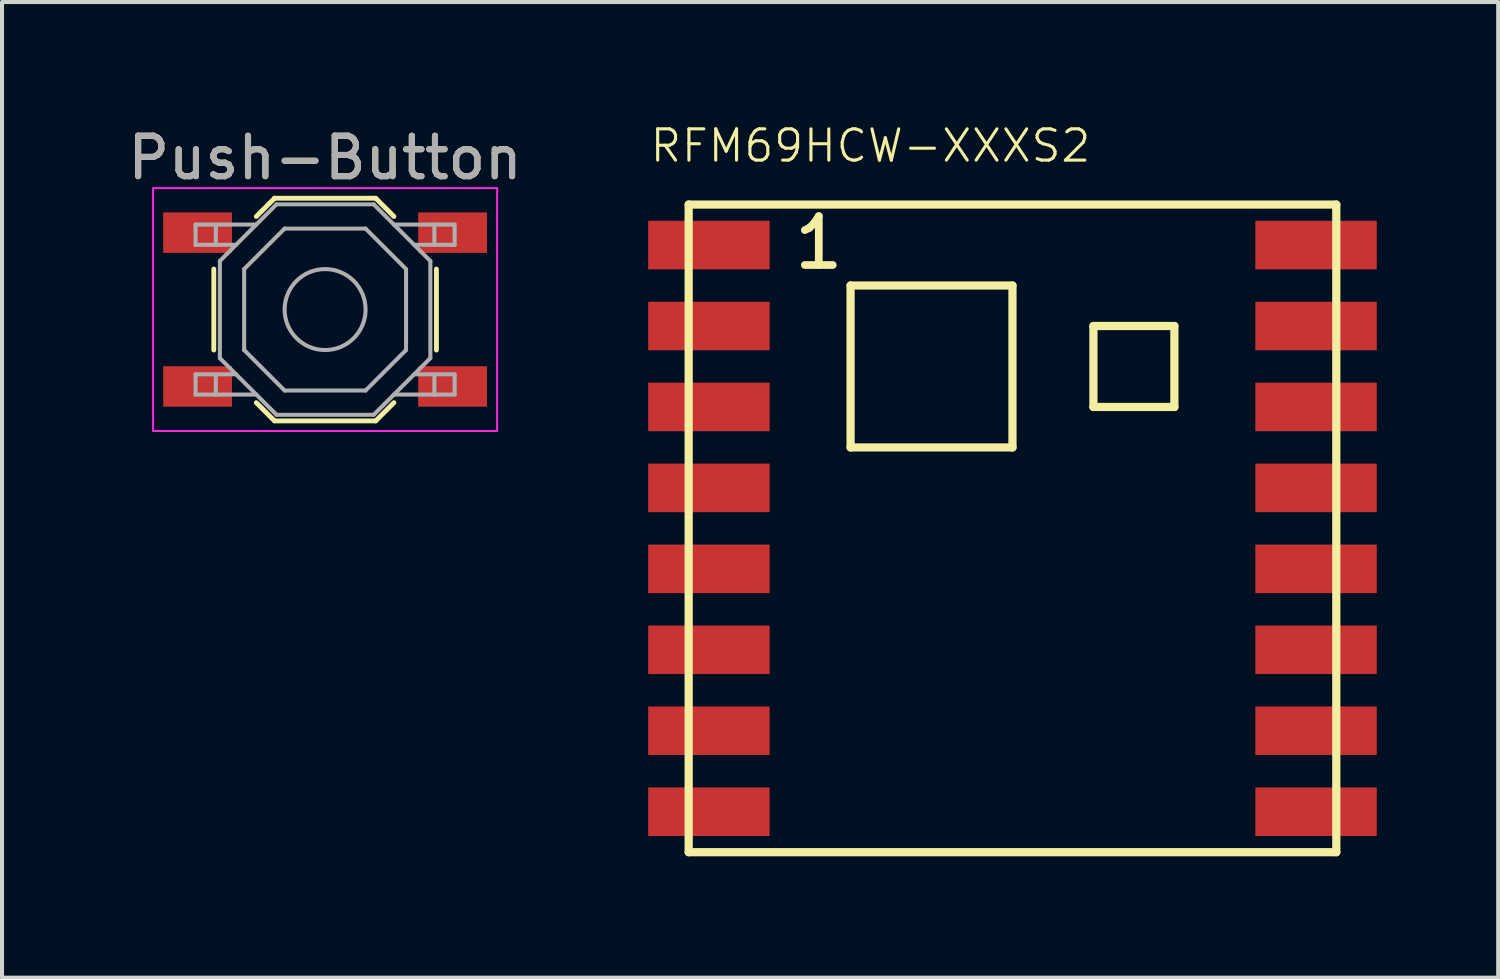
<source format=kicad_pcb>
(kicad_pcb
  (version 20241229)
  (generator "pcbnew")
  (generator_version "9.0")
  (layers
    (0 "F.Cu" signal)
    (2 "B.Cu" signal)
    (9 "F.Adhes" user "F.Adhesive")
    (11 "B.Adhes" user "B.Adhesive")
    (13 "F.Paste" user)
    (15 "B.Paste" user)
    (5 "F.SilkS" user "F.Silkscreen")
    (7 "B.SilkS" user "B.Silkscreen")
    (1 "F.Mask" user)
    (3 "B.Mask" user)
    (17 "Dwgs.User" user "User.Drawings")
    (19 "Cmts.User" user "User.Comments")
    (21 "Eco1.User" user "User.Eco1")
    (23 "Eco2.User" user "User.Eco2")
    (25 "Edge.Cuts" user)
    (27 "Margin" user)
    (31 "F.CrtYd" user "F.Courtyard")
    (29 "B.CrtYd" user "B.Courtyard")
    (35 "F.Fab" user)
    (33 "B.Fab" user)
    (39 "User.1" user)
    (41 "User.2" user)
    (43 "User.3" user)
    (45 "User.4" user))
  (footprint "RFM69HCW-XXXS2"
    (layer "F.Cu")
    (at 21.964 10.004)
    (property "Reference" "RFM69HCW-XXXS2" (at -9 -9 0) (layer "F.SilkS") (effects (font (size 0.772 0.772) (thickness 0.077)) (justify left bottom)))
    (attr through_hole)
    (fp_line (start -8 -8) (end 8 -8) (stroke (width 0.203) (type solid)) (layer "F.SilkS"))
    (fp_line (start -8 8) (end -8 -8) (stroke (width 0.203) (type solid)) (layer "F.SilkS"))
    (fp_line (start -4 -6) (end -4 -2) (stroke (width 0.203) (type solid)) (layer "F.SilkS"))
    (fp_line (start -4 -2) (end 0 -2) (stroke (width 0.203) (type solid)) (layer "F.SilkS"))
    (fp_line (start 0 -6) (end -4 -6) (stroke (width 0.203) (type solid)) (layer "F.SilkS"))
    (fp_line (start 0 -2) (end 0 -6) (stroke (width 0.203) (type solid)) (layer "F.SilkS"))
    (fp_line (start 2 -3) (end 2 -5) (stroke (width 0.203) (type solid)) (layer "F.SilkS"))
    (fp_line (start 4 -5) (end 2 -5) (stroke (width 0.203) (type solid)) (layer "F.SilkS"))
    (fp_line (start 4 -3) (end 2 -3) (stroke (width 0.203) (type solid)) (layer "F.SilkS"))
    (fp_line (start 4 -3) (end 4 -5) (stroke (width 0.203) (type solid)) (layer "F.SilkS"))
    (fp_line (start 8 -8) (end 8 8) (stroke (width 0.203) (type solid)) (layer "F.SilkS"))
    (fp_line (start 8 8) (end -8 8) (stroke (width 0.203) (type solid)) (layer "F.SilkS"))
    (fp_text user "1" (at -5.485 -6.35 0) (layer "F.SilkS") (effects (font (size 1.206 1.206) (thickness 0.191)) (justify left bottom)))
    (pad "1" smd rect (at -7.5 -7) (size 3 1.2) (layers "F.Cu" "F.Mask" "F.Paste"))
    (pad "2" smd rect (at -7.5 -5) (size 3 1.2) (layers "F.Cu" "F.Mask" "F.Paste"))
    (pad "3" smd rect (at -7.5 -3) (size 3 1.2) (layers "F.Cu" "F.Mask" "F.Paste"))
    (pad "4" smd rect (at -7.5 -1) (size 3 1.2) (layers "F.Cu" "F.Mask" "F.Paste"))
    (pad "5" smd rect (at -7.5 1) (size 3 1.2) (layers "F.Cu" "F.Mask" "F.Paste"))
    (pad "6" smd rect (at -7.5 3) (size 3 1.2) (layers "F.Cu" "F.Mask" "F.Paste"))
    (pad "7" smd rect (at -7.5 5) (size 3 1.2) (layers "F.Cu" "F.Mask" "F.Paste"))
    (pad "8" smd rect (at -7.5 7) (size 3 1.2) (layers "F.Cu" "F.Mask" "F.Paste"))
    (pad "9" smd rect (at 7.5 7) (size 3 1.2) (layers "F.Cu" "F.Mask" "F.Paste"))
    (pad "10" smd rect (at 7.5 5) (size 3 1.2) (layers "F.Cu" "F.Mask" "F.Paste"))
    (pad "11" smd rect (at 7.5 3) (size 3 1.2) (layers "F.Cu" "F.Mask" "F.Paste"))
    (pad "12" smd rect (at 7.5 1) (size 3 1.2) (layers "F.Cu" "F.Mask" "F.Paste"))
    (pad "13" smd rect (at 7.5 -1) (size 3 1.2) (layers "F.Cu" "F.Mask" "F.Paste"))
    (pad "14" smd rect (at 7.5 -3) (size 3 1.2) (layers "F.Cu" "F.Mask" "F.Paste"))
    (pad "15" smd rect (at 7.5 -5) (size 3 1.2) (layers "F.Cu" "F.Mask" "F.Paste"))
    (pad "16" smd rect (at 7.5 -7) (size 3 1.2) (layers "F.Cu" "F.Mask" "F.Paste")))
  (footprint "Push-Button"
    (layer "F.Cu")
    (at 4.982 4.598)
    (property "Reference" "Push-Button" (at 0 -3.75 0) (layer "F.SilkS") (effects (font (size 1 1) (thickness 0.15))))
    (attr smd)
    (fp_line (start -2.75 -1) (end -2.75 1) (stroke (width 0.12) (type solid)) (layer "F.SilkS"))
    (fp_line (start -1.7 -2.3) (end -1.25 -2.75) (stroke (width 0.12) (type solid)) (layer "F.SilkS"))
    (fp_line (start -1.7 2.3) (end -1.25 2.75) (stroke (width 0.12) (type solid)) (layer "F.SilkS"))
    (fp_line (start -1.25 -2.75) (end 1.25 -2.75) (stroke (width 0.12) (type solid)) (layer "F.SilkS"))
    (fp_line (start -1.25 2.75) (end 1.25 2.75) (stroke (width 0.12) (type solid)) (layer "F.SilkS"))
    (fp_line (start 1.7 -2.3) (end 1.25 -2.75) (stroke (width 0.12) (type solid)) (layer "F.SilkS"))
    (fp_line (start 1.7 2.3) (end 1.25 2.75) (stroke (width 0.12) (type solid)) (layer "F.SilkS"))
    (fp_line (start 2.75 -1) (end 2.75 1) (stroke (width 0.12) (type solid)) (layer "F.SilkS"))
    (fp_line (start -4.25 -3) (end 4.25 -3) (stroke (width 0.05) (type solid)) (layer "F.CrtYd"))
    (fp_line (start -4.25 3) (end -4.25 -3) (stroke (width 0.05) (type solid)) (layer "F.CrtYd"))
    (fp_line (start 4.25 -3) (end 4.25 3) (stroke (width 0.05) (type solid)) (layer "F.CrtYd"))
    (fp_line (start 4.25 3) (end -4.25 3) (stroke (width 0.05) (type solid)) (layer "F.CrtYd"))
    (fp_line (start -3.2 -2.1) (end -3.2 -1.6) (stroke (width 0.1) (type solid)) (layer "F.Fab"))
    (fp_line (start -3.2 -1.6) (end -2.2 -1.6) (stroke (width 0.1) (type solid)) (layer "F.Fab"))
    (fp_line (start -3.2 1.6) (end -2.2 1.6) (stroke (width 0.1) (type solid)) (layer "F.Fab"))
    (fp_line (start -3.2 2.1) (end -3.2 1.6) (stroke (width 0.1) (type solid)) (layer "F.Fab"))
    (fp_line (start -2.7 -2.1) (end -2.7 -1.6) (stroke (width 0.1) (type solid)) (layer "F.Fab"))
    (fp_line (start -2.7 2.1) (end -2.7 1.6) (stroke (width 0.1) (type solid)) (layer "F.Fab"))
    (fp_line (start -2.6 -1.2) (end -2.6 1.2) (stroke (width 0.1) (type solid)) (layer "F.Fab"))
    (fp_line (start -2.6 1.2) (end -1.2 2.6) (stroke (width 0.1) (type solid)) (layer "F.Fab"))
    (fp_line (start -2 -1) (end -1 -2) (stroke (width 0.1) (type solid)) (layer "F.Fab"))
    (fp_line (start -2 1) (end -2 -1) (stroke (width 0.1) (type solid)) (layer "F.Fab"))
    (fp_line (start -1.7 -2.1) (end -3.2 -2.1) (stroke (width 0.1) (type solid)) (layer "F.Fab"))
    (fp_line (start -1.7 2.1) (end -3.2 2.1) (stroke (width 0.1) (type solid)) (layer "F.Fab"))
    (fp_line (start -1.2 -2.6) (end -2.6 -1.2) (stroke (width 0.1) (type solid)) (layer "F.Fab"))
    (fp_line (start -1.2 2.6) (end 1.2 2.6) (stroke (width 0.1) (type solid)) (layer "F.Fab"))
    (fp_line (start -1 -2) (end 1 -2) (stroke (width 0.1) (type solid)) (layer "F.Fab"))
    (fp_line (start -1 2) (end -2 1) (stroke (width 0.1) (type solid)) (layer "F.Fab"))
    (fp_line (start 1 -2) (end 2 -1) (stroke (width 0.1) (type solid)) (layer "F.Fab"))
    (fp_line (start 1 2) (end -1 2) (stroke (width 0.1) (type solid)) (layer "F.Fab"))
    (fp_line (start 1.2 -2.6) (end -1.2 -2.6) (stroke (width 0.1) (type solid)) (layer "F.Fab"))
    (fp_line (start 1.2 2.6) (end 2.6 1.2) (stroke (width 0.1) (type solid)) (layer "F.Fab"))
    (fp_line (start 1.7 -2.1) (end 3.2 -2.1) (stroke (width 0.1) (type solid)) (layer "F.Fab"))
    (fp_line (start 1.7 2.1) (end 3.2 2.1) (stroke (width 0.1) (type solid)) (layer "F.Fab"))
    (fp_line (start 2 -1) (end 2 1) (stroke (width 0.1) (type solid)) (layer "F.Fab"))
    (fp_line (start 2 1) (end 1 2) (stroke (width 0.1) (type solid)) (layer "F.Fab"))
    (fp_line (start 2.6 -1.2) (end 1.2 -2.6) (stroke (width 0.1) (type solid)) (layer "F.Fab"))
    (fp_line (start 2.6 1.2) (end 2.6 -1.2) (stroke (width 0.1) (type solid)) (layer "F.Fab"))
    (fp_line (start 2.7 -2.1) (end 2.7 -1.6) (stroke (width 0.1) (type solid)) (layer "F.Fab"))
    (fp_line (start 2.7 2.1) (end 2.7 1.6) (stroke (width 0.1) (type solid)) (layer "F.Fab"))
    (fp_line (start 3.2 -2.1) (end 3.2 -1.6) (stroke (width 0.1) (type solid)) (layer "F.Fab"))
    (fp_line (start 3.2 -1.6) (end 2.2 -1.6) (stroke (width 0.1) (type solid)) (layer "F.Fab"))
    (fp_line (start 3.2 1.6) (end 2.2 1.6) (stroke (width 0.1) (type solid)) (layer "F.Fab"))
    (fp_line (start 3.2 2.1) (end 3.2 1.6) (stroke (width 0.1) (type solid)) (layer "F.Fab"))
    (fp_circle (center 0 0) (end 1 0) (stroke (width 0.1) (type solid)) (fill no) (layer "F.Fab"))
    (fp_text user "${REFERENCE}" (at 0 -3.75 0) (layer "F.Fab") (effects (font (size 1 1) (thickness 0.15))))
    (pad "1" smd rect (at -3.15 -1.9) (size 1.7 1) (layers "F.Cu" "F.Mask" "F.Paste"))
    (pad "2" smd rect (at 3.15 -1.9) (size 1.7 1) (layers "F.Cu" "F.Mask" "F.Paste"))
    (pad "3" smd rect (at -3.15 1.9) (size 1.7 1) (layers "F.Cu" "F.Mask" "F.Paste"))
    (pad "4" smd rect (at 3.15 1.9) (size 1.7 1) (layers "F.Cu" "F.Mask" "F.Paste")))
  (gr_rect
    (start -3 -3)
    (end 33.964 21.105)
    (stroke (width 0.1) (type default))
    (fill no)
    (layer "Edge.Cuts")))
</source>
